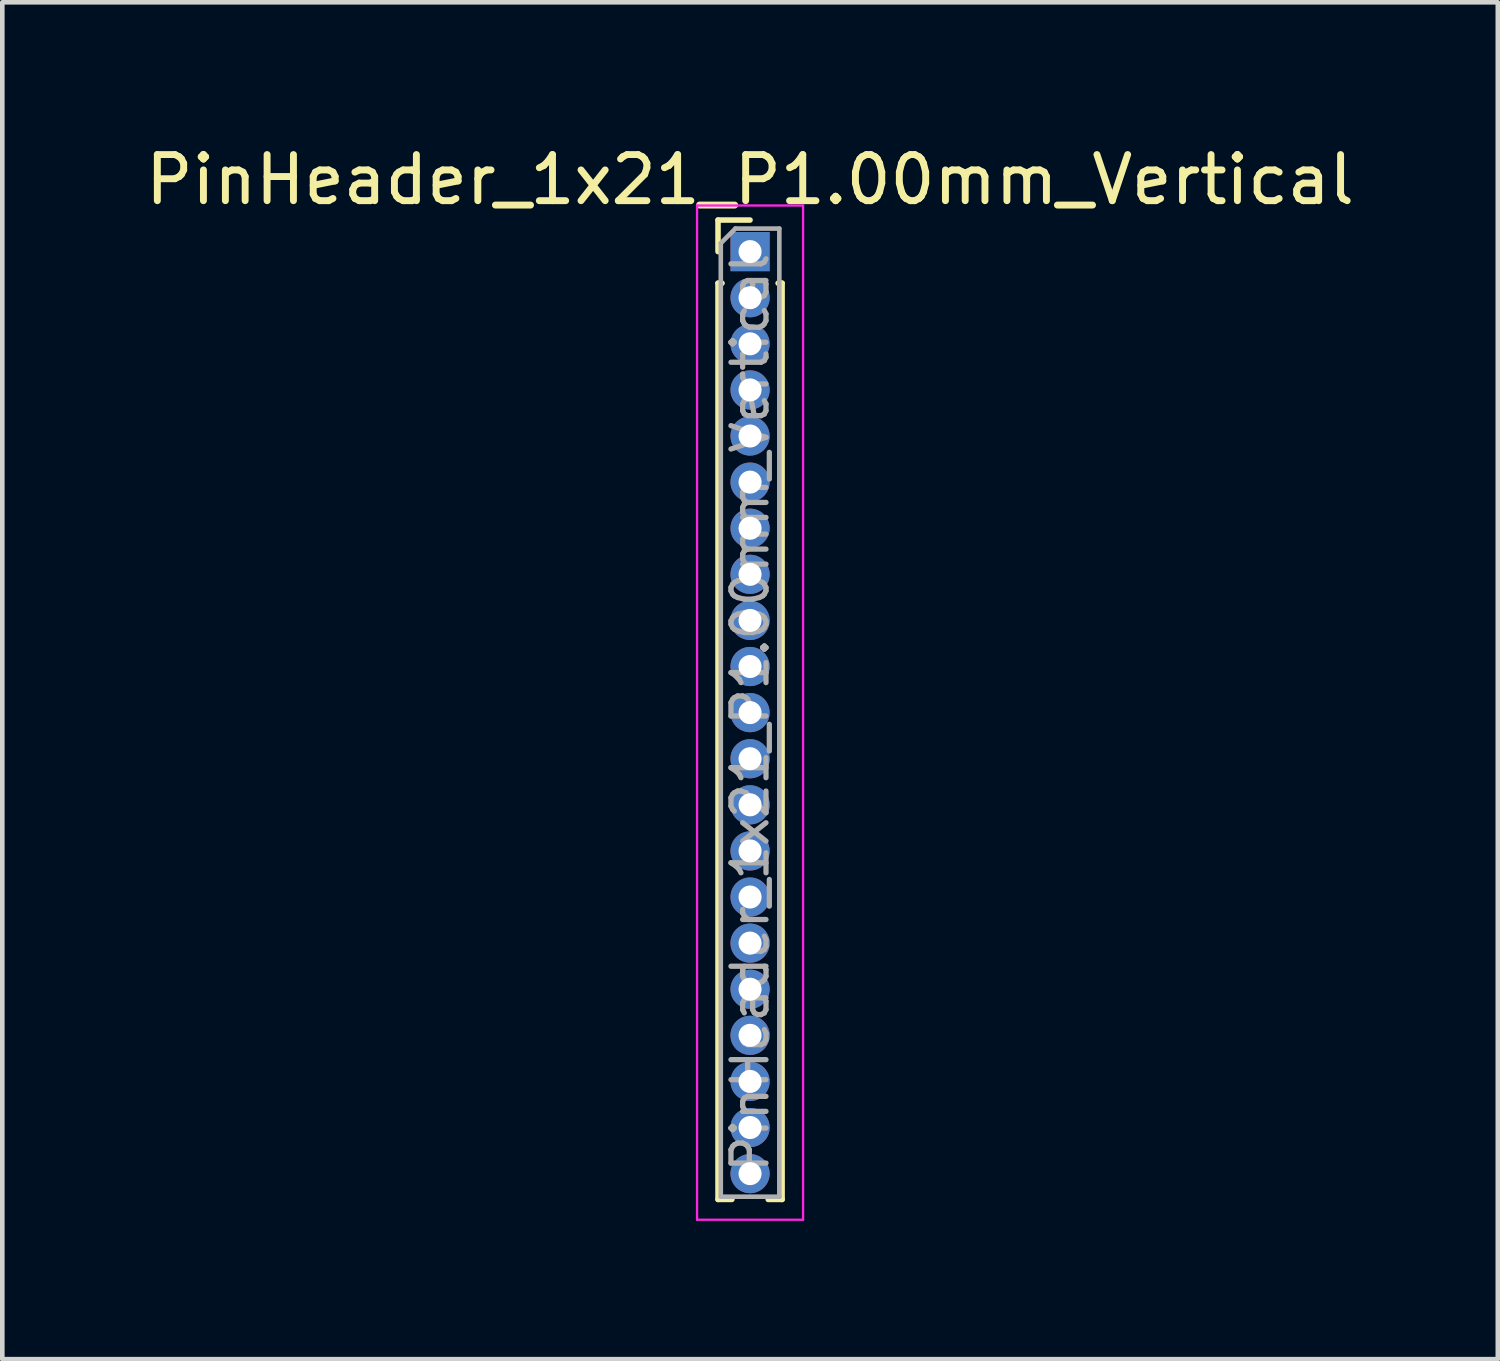
<source format=kicad_pcb>
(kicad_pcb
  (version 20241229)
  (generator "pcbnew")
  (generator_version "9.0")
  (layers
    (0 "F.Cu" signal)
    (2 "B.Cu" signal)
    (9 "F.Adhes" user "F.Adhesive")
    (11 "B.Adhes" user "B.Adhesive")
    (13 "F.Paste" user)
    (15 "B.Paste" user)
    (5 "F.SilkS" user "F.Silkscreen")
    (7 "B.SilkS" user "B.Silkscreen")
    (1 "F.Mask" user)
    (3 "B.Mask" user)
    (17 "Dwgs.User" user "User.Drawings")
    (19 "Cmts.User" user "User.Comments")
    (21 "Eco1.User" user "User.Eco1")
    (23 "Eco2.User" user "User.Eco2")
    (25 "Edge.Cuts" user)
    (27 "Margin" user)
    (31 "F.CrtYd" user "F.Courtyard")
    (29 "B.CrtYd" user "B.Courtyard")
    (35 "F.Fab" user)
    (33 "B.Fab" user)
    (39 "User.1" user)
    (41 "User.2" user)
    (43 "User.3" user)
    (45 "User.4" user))
  (footprint "PinHeader_1x21_P1.00mm_Vertical"
    (layer "F.Cu")
    (at 13.22 2.408)
    (property "Reference" "PinHeader_1x21_P1.00mm_Vertical" (at 0 -1.56 0) (layer "F.SilkS") (effects (font (size 1 1) (thickness 0.15))))
    (attr through_hole)
    (fp_line (start -0.695 -0.685) (end 0 -0.685) (stroke (width 0.12) (type solid)) (layer "F.SilkS"))
    (fp_line (start -0.695 0) (end -0.695 -0.685) (stroke (width 0.12) (type solid)) (layer "F.SilkS"))
    (fp_line (start -0.695 0.685) (end -0.695 20.56) (stroke (width 0.12) (type solid)) (layer "F.SilkS"))
    (fp_line (start -0.695 0.685) (end -0.608 0.685) (stroke (width 0.12) (type solid)) (layer "F.SilkS"))
    (fp_line (start -0.695 20.56) (end -0.394 20.56) (stroke (width 0.12) (type solid)) (layer "F.SilkS"))
    (fp_line (start 0.394 20.56) (end 0.695 20.56) (stroke (width 0.12) (type solid)) (layer "F.SilkS"))
    (fp_line (start 0.608 0.685) (end 0.695 0.685) (stroke (width 0.12) (type solid)) (layer "F.SilkS"))
    (fp_line (start 0.695 0.685) (end 0.695 20.56) (stroke (width 0.12) (type solid)) (layer "F.SilkS"))
    (fp_line (start -1.15 -1) (end -1.15 21) (stroke (width 0.05) (type solid)) (layer "F.CrtYd"))
    (fp_line (start -1.15 21) (end 1.15 21) (stroke (width 0.05) (type solid)) (layer "F.CrtYd"))
    (fp_line (start 1.15 -1) (end -1.15 -1) (stroke (width 0.05) (type solid)) (layer "F.CrtYd"))
    (fp_line (start 1.15 21) (end 1.15 -1) (stroke (width 0.05) (type solid)) (layer "F.CrtYd"))
    (fp_line (start -0.635 -0.182) (end -0.318 -0.5) (stroke (width 0.1) (type solid)) (layer "F.Fab"))
    (fp_line (start -0.635 20.5) (end -0.635 -0.182) (stroke (width 0.1) (type solid)) (layer "F.Fab"))
    (fp_line (start -0.318 -0.5) (end 0.635 -0.5) (stroke (width 0.1) (type solid)) (layer "F.Fab"))
    (fp_line (start 0.635 -0.5) (end 0.635 20.5) (stroke (width 0.1) (type solid)) (layer "F.Fab"))
    (fp_line (start 0.635 20.5) (end -0.635 20.5) (stroke (width 0.1) (type solid)) (layer "F.Fab"))
    (fp_text user "${REFERENCE}" (at 0 10 90) (layer "F.Fab") (effects (font (size 0.76 0.76) (thickness 0.114))))
    (pad "1" thru_hole rect (at 0 0) (size 0.85 0.85) (drill 0.5) (layers "*.Cu" "*.Mask"))
    (pad "2" thru_hole oval (at 0 1) (size 0.85 0.85) (drill 0.5) (layers "*.Cu" "*.Mask"))
    (pad "3" thru_hole oval (at 0 2) (size 0.85 0.85) (drill 0.5) (layers "*.Cu" "*.Mask"))
    (pad "4" thru_hole oval (at 0 3) (size 0.85 0.85) (drill 0.5) (layers "*.Cu" "*.Mask"))
    (pad "5" thru_hole oval (at 0 4) (size 0.85 0.85) (drill 0.5) (layers "*.Cu" "*.Mask"))
    (pad "6" thru_hole oval (at 0 5) (size 0.85 0.85) (drill 0.5) (layers "*.Cu" "*.Mask"))
    (pad "7" thru_hole oval (at 0 6) (size 0.85 0.85) (drill 0.5) (layers "*.Cu" "*.Mask"))
    (pad "8" thru_hole oval (at 0 7) (size 0.85 0.85) (drill 0.5) (layers "*.Cu" "*.Mask"))
    (pad "9" thru_hole oval (at 0 8) (size 0.85 0.85) (drill 0.5) (layers "*.Cu" "*.Mask"))
    (pad "10" thru_hole oval (at 0 9) (size 0.85 0.85) (drill 0.5) (layers "*.Cu" "*.Mask"))
    (pad "11" thru_hole oval (at 0 10) (size 0.85 0.85) (drill 0.5) (layers "*.Cu" "*.Mask"))
    (pad "12" thru_hole oval (at 0 11) (size 0.85 0.85) (drill 0.5) (layers "*.Cu" "*.Mask"))
    (pad "13" thru_hole oval (at 0 12) (size 0.85 0.85) (drill 0.5) (layers "*.Cu" "*.Mask"))
    (pad "14" thru_hole oval (at 0 13) (size 0.85 0.85) (drill 0.5) (layers "*.Cu" "*.Mask"))
    (pad "15" thru_hole oval (at 0 14) (size 0.85 0.85) (drill 0.5) (layers "*.Cu" "*.Mask"))
    (pad "16" thru_hole oval (at 0 15) (size 0.85 0.85) (drill 0.5) (layers "*.Cu" "*.Mask"))
    (pad "17" thru_hole oval (at 0 16) (size 0.85 0.85) (drill 0.5) (layers "*.Cu" "*.Mask"))
    (pad "18" thru_hole oval (at 0 17) (size 0.85 0.85) (drill 0.5) (layers "*.Cu" "*.Mask"))
    (pad "19" thru_hole oval (at 0 18) (size 0.85 0.85) (drill 0.5) (layers "*.Cu" "*.Mask"))
    (pad "20" thru_hole oval (at 0 19) (size 0.85 0.85) (drill 0.5) (layers "*.Cu" "*.Mask"))
    (pad "21" thru_hole oval (at 0 20) (size 0.85 0.85) (drill 0.5) (layers "*.Cu" "*.Mask")))
  (gr_rect
    (start -3 -3)
    (end 29.44 26.433)
    (stroke (width 0.1) (type default))
    (fill no)
    (layer "Edge.Cuts")))
</source>
